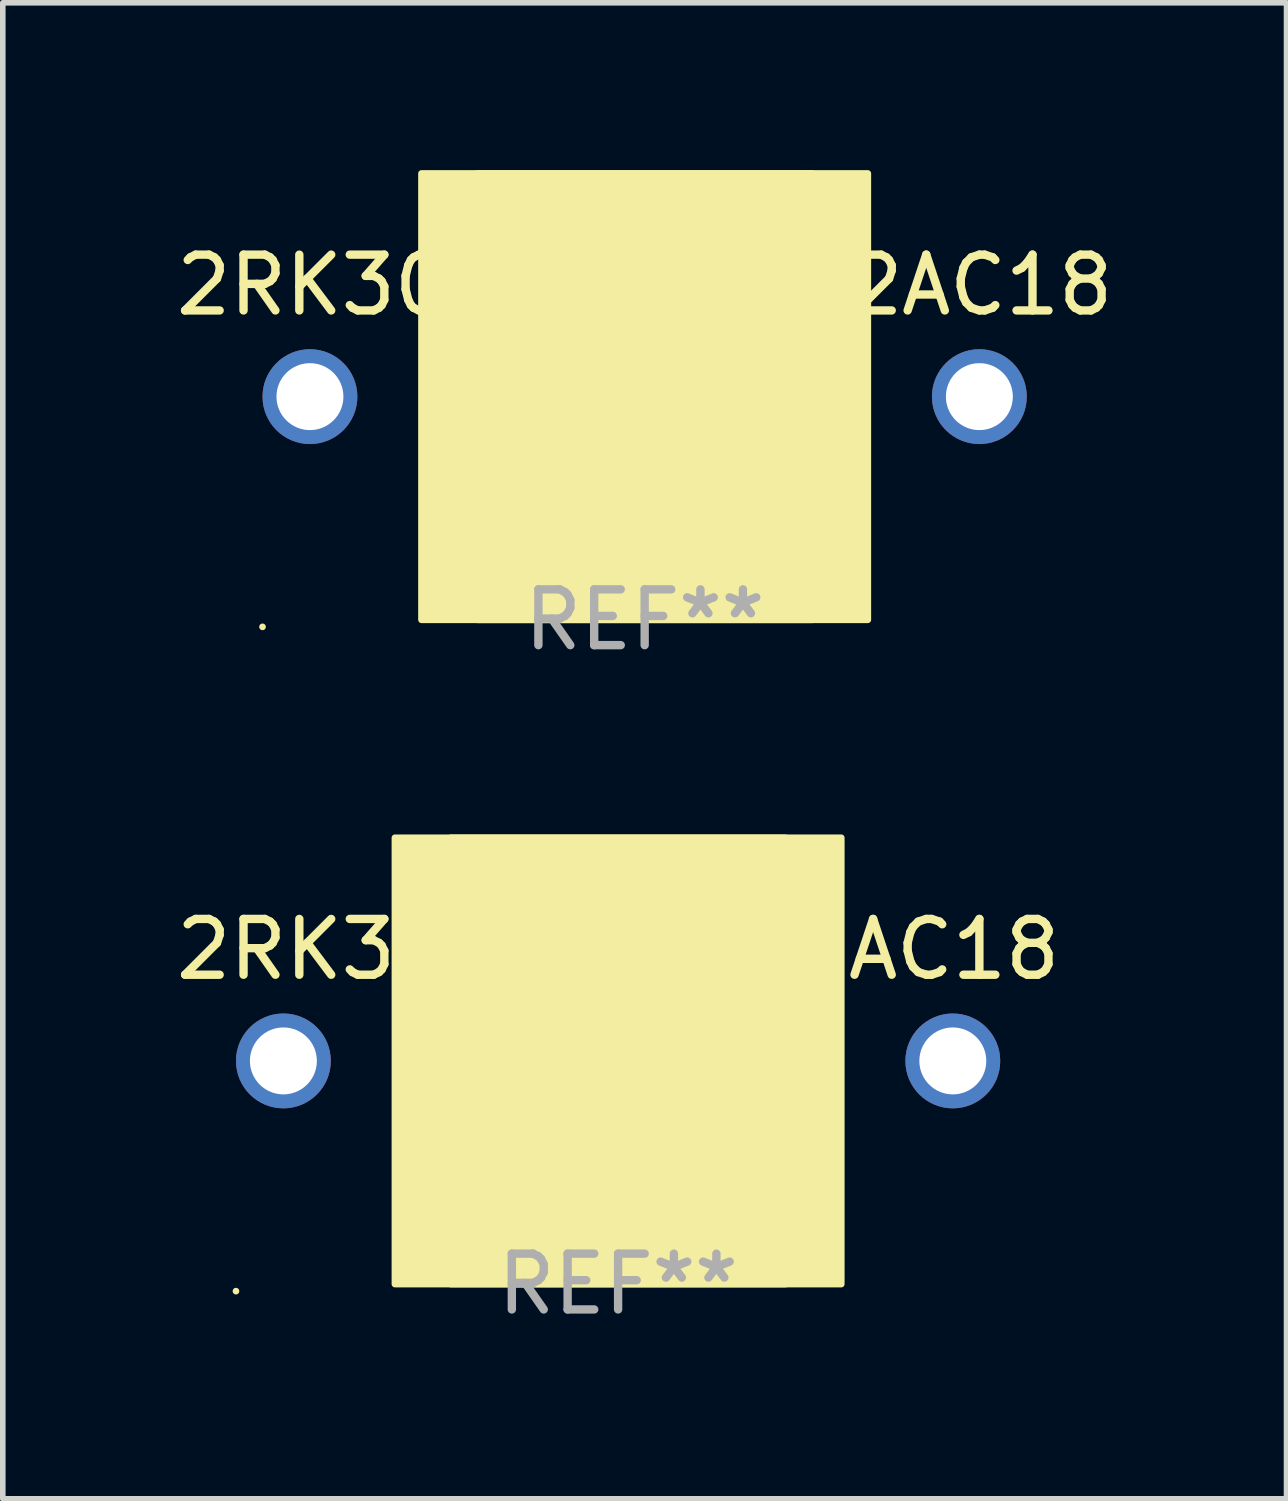
<source format=kicad_pcb>
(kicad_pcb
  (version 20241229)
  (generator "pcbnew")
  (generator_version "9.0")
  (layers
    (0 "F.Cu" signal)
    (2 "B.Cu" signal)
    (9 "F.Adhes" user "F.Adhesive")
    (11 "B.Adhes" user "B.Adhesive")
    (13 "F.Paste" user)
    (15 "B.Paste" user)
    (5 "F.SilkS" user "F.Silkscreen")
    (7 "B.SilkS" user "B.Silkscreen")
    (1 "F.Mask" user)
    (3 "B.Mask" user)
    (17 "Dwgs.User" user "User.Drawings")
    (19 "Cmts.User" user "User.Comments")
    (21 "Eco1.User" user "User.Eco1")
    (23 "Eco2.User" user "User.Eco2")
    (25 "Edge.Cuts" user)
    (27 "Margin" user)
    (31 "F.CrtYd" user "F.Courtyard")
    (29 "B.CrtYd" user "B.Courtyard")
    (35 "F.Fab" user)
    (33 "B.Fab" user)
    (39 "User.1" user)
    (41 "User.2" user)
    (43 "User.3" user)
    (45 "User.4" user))
  (footprint "2RK3000L-8-N2AC18"
    (layer "F.Cu")
    (at 8.506 4.06)
    (property "Reference" "2RK3000L-8-N2AC18" (at 0 -2 0) (layer "F.SilkS") (effects (font (size 1 1) (thickness 0.15))))
    (attr through_hole)
    (fp_circle (center -6.85 4.127) (end -6.82 4.127) (stroke (width 0.06) (type solid)) (fill no) (layer "F.SilkS"))
    (fp_poly (pts (xy -4 -4) (xy 4 -4) (xy 4 4) (xy -4 4)) (stroke (width 0.12) (type solid)) (fill yes) (layer "F.SilkS"))
    (fp_poly (pts (xy -3 -4) (xy 3 -4) (xy 3 4) (xy -3 4)) (stroke (width 0.12) (type solid)) (fill yes) (layer "F.SilkS"))
    (fp_text user "REF**" (at 0 4 0) (layer "F.Fab") (effects (font (size 1 1) (thickness 0.15))))
    (pad "1" thru_hole circle (at -6 0) (size 1.7 1.7) (drill 1.2) (layers "*.Cu" "*.Mask"))
    (pad "2" thru_hole circle (at 6 0) (size 1.7 1.7) (drill 1.2) (layers "*.Cu" "*.Mask")))
  (footprint "2RK3000L-8-NAC18"
    (layer "F.Cu")
    (at 8.03 15.968)
    (property "Reference" "2RK3000L-8-NAC18" (at 0 -2 0) (layer "F.SilkS") (effects (font (size 1 1) (thickness 0.15))))
    (attr through_hole)
    (fp_circle (center -6.85 4.127) (end -6.82 4.127) (stroke (width 0.06) (type solid)) (fill no) (layer "F.SilkS"))
    (fp_poly (pts (xy -4 -4) (xy 4 -4) (xy 4 4) (xy -4 4)) (stroke (width 0.12) (type solid)) (fill yes) (layer "F.SilkS"))
    (fp_poly (pts (xy -3 -4) (xy 3 -4) (xy 3 4) (xy -3 4)) (stroke (width 0.12) (type solid)) (fill yes) (layer "F.SilkS"))
    (fp_text user "REF**" (at 0 4 0) (layer "F.Fab") (effects (font (size 1 1) (thickness 0.15))))
    (pad "1" thru_hole circle (at -6 0) (size 1.7 1.7) (drill 1.2) (layers "*.Cu" "*.Mask"))
    (pad "2" thru_hole circle (at 6 0) (size 1.7 1.7) (drill 1.2) (layers "*.Cu" "*.Mask")))
  (gr_rect
    (start -3 -3)
    (end 20.012 23.817)
    (stroke (width 0.1) (type default))
    (fill no)
    (layer "Edge.Cuts")))
</source>
